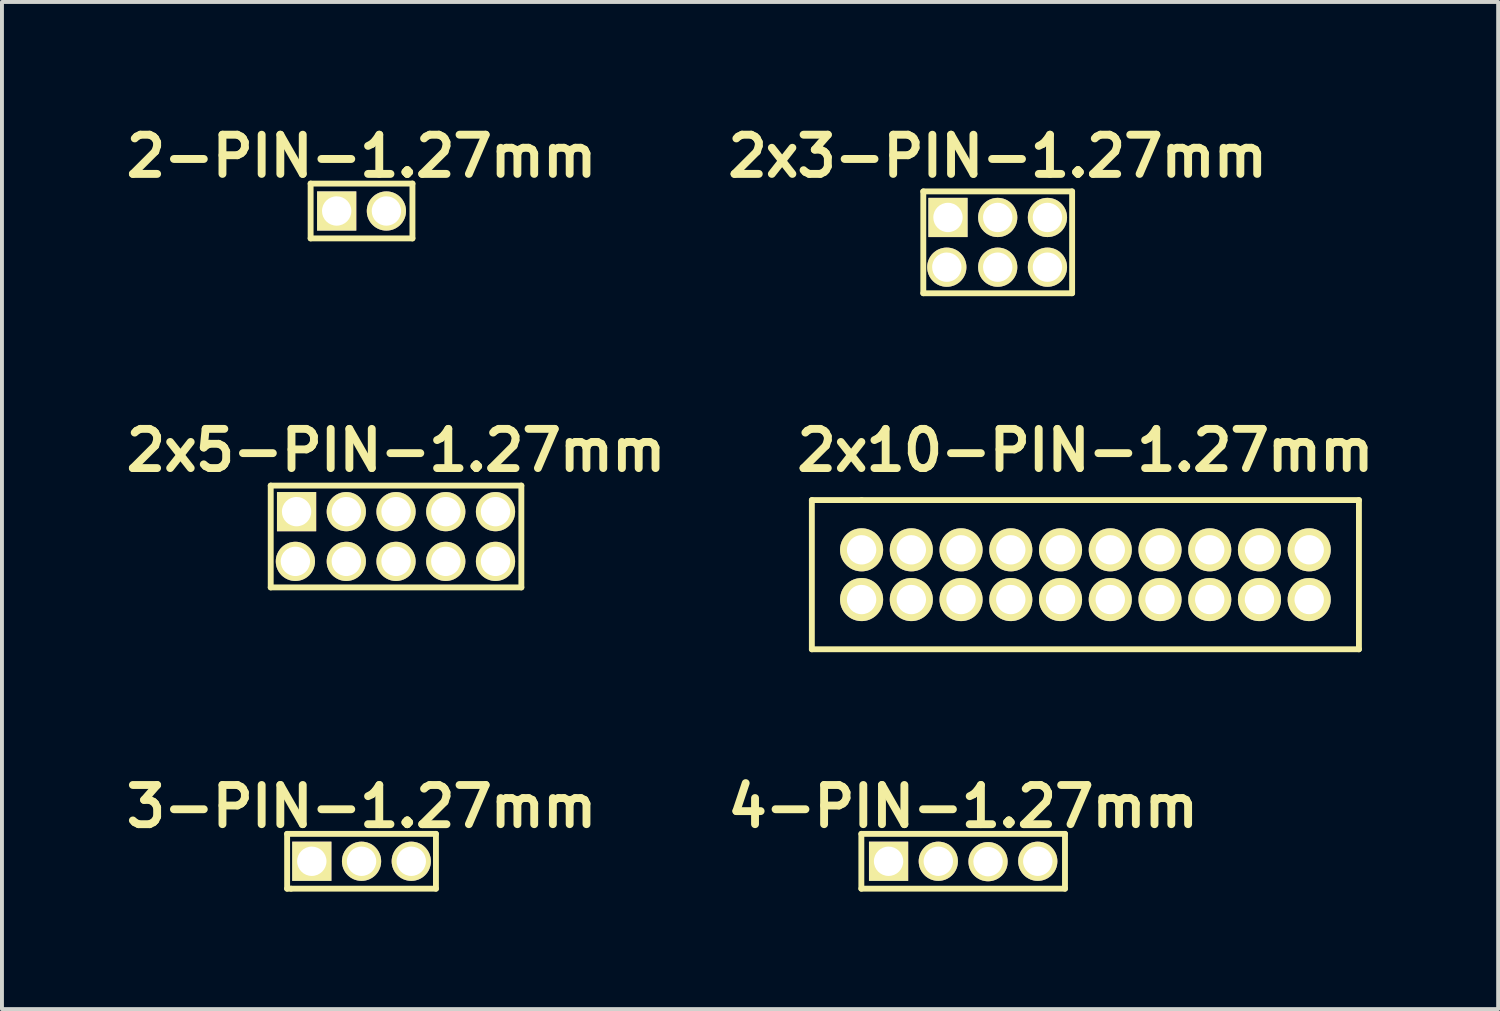
<source format=kicad_pcb>
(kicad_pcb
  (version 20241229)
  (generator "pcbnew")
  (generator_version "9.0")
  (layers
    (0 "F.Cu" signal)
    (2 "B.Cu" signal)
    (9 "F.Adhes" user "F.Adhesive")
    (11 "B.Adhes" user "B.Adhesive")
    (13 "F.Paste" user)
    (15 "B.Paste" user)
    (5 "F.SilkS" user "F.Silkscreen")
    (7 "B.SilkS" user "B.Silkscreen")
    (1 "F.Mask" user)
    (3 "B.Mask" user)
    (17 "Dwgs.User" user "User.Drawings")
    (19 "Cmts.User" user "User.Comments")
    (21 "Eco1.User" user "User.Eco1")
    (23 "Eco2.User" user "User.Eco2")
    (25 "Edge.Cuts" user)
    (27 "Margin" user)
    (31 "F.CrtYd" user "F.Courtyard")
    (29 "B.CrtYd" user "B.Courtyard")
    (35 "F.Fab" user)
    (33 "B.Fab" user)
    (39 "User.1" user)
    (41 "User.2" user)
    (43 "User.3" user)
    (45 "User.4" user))
  (footprint "4-PIN-1.27mm"
    (layer "F.Cu")
    (at 21.545 18.943)
    (property "Reference" "4-PIN-1.27mm" (at 0 -1.4 0) (layer "F.SilkS") (effects (font (size 1.001 1.001) (thickness 0.201))))
    (attr through_hole)
    (fp_line (start -2.6 -0.7) (end 2.6 -0.7) (stroke (width 0.15) (type solid)) (layer "F.SilkS"))
    (fp_line (start -2.6 0.7) (end -2.6 -0.7) (stroke (width 0.15) (type solid)) (layer "F.SilkS"))
    (fp_line (start 2.6 -0.7) (end 2.6 0.7) (stroke (width 0.15) (type solid)) (layer "F.SilkS"))
    (fp_line (start 2.6 0.7) (end -2.6 0.7) (stroke (width 0.15) (type solid)) (layer "F.SilkS"))
    (pad "1" thru_hole rect (at -1.905 0) (size 1.001 1.001) (drill 0.749) (layers "*.Cu" "*.Mask" "F.SilkS"))
    (pad "2" thru_hole circle (at -0.635 0) (size 1.001 1.001) (drill 0.749) (layers "*.Cu" "*.Mask" "F.SilkS"))
    (pad "3" thru_hole circle (at 0.635 0.01) (size 1.001 1.001) (drill 0.749) (layers "*.Cu" "*.Mask" "F.SilkS"))
    (pad "4" thru_hole circle (at 1.905 0) (size 1.001 1.001) (drill 0.749) (layers "*.Cu" "*.Mask" "F.SilkS")))
  (footprint "3-PIN-1.27mm"
    (layer "F.Cu")
    (at 6.182 18.943)
    (property "Reference" "3-PIN-1.27mm" (at 0 -1.4 0) (layer "F.SilkS") (effects (font (size 1.001 1.001) (thickness 0.201))))
    (attr through_hole)
    (fp_line (start -1.9 -0.7) (end -1.9 0.7) (stroke (width 0.15) (type solid)) (layer "F.SilkS"))
    (fp_line (start -1.9 -0.7) (end 1.9 -0.7) (stroke (width 0.15) (type solid)) (layer "F.SilkS"))
    (fp_line (start -1.8 0.7) (end -1.9 0.7) (stroke (width 0.15) (type solid)) (layer "F.SilkS"))
    (fp_line (start 1.9 -0.7) (end 1.9 0.7) (stroke (width 0.15) (type solid)) (layer "F.SilkS"))
    (fp_line (start 1.9 0.7) (end -1.8 0.7) (stroke (width 0.15) (type solid)) (layer "F.SilkS"))
    (pad "1" thru_hole rect (at -1.27 0) (size 1.001 1.001) (drill 0.749) (layers "*.Cu" "*.Mask" "F.SilkS"))
    (pad "2" thru_hole circle (at 0 0) (size 1.001 1.001) (drill 0.749) (layers "*.Cu" "*.Mask" "F.SilkS"))
    (pad "3" thru_hole circle (at 1.27 0) (size 1.001 1.001) (drill 0.749) (layers "*.Cu" "*.Mask" "F.SilkS")))
  (footprint "2-PIN-1.27mm"
    (layer "F.Cu")
    (at 6.182 2.338)
    (property "Reference" "2-PIN-1.27mm" (at 0 -1.4 0) (layer "F.SilkS") (effects (font (size 1.001 1.001) (thickness 0.201))))
    (attr through_hole)
    (fp_line (start -1.3 -0.7) (end -1.3 0.7) (stroke (width 0.15) (type solid)) (layer "F.SilkS"))
    (fp_line (start -1.3 -0.7) (end 1.3 -0.7) (stroke (width 0.15) (type solid)) (layer "F.SilkS"))
    (fp_line (start 1.3 -0.7) (end 1.3 0.7) (stroke (width 0.15) (type solid)) (layer "F.SilkS"))
    (fp_line (start 1.3 0.7) (end -1.3 0.7) (stroke (width 0.15) (type solid)) (layer "F.SilkS"))
    (pad "1" thru_hole rect (at -0.635 0) (size 1.001 1.001) (drill 0.749) (layers "*.Cu" "*.Mask" "F.SilkS"))
    (pad "2" thru_hole circle (at 0.635 0) (size 1.001 1.001) (drill 0.749) (layers "*.Cu" "*.Mask" "F.SilkS")))
  (footprint "2x3-PIN-1.27mm"
    (layer "F.Cu")
    (at 22.427 3.138)
    (property "Reference" "2x3-PIN-1.27mm" (at 0 -2.2 0) (layer "F.SilkS") (effects (font (size 1.001 1.001) (thickness 0.201))))
    (attr through_hole)
    (fp_line (start -1.9 -1.3) (end 1.9 -1.3) (stroke (width 0.15) (type solid)) (layer "F.SilkS"))
    (fp_line (start -1.9 1.3) (end -1.9 -1.3) (stroke (width 0.15) (type solid)) (layer "F.SilkS"))
    (fp_line (start 1.9 -1.3) (end 1.9 1.3) (stroke (width 0.15) (type solid)) (layer "F.SilkS"))
    (fp_line (start 1.9 1.3) (end -1.9 1.3) (stroke (width 0.15) (type solid)) (layer "F.SilkS"))
    (pad "1" thru_hole rect (at -1.27 -0.635) (size 1.001 1.001) (drill 0.749) (layers "*.Cu" "*.Mask" "F.SilkS"))
    (pad "2" thru_hole circle (at -1.3 0.635) (size 1.001 1.001) (drill 0.749) (layers "*.Cu" "*.Mask" "F.SilkS"))
    (pad "3" thru_hole circle (at 0 -0.635) (size 1.001 1.001) (drill 0.749) (layers "*.Cu" "*.Mask" "F.SilkS"))
    (pad "4" thru_hole circle (at 0 0.635) (size 1.001 1.001) (drill 0.749) (layers "*.Cu" "*.Mask" "F.SilkS"))
    (pad "5" thru_hole circle (at 1.27 -0.635) (size 1.001 1.001) (drill 0.749) (layers "*.Cu" "*.Mask" "F.SilkS"))
    (pad "6" thru_hole circle (at 1.27 0.635) (size 1.001 1.001) (drill 0.749) (layers "*.Cu" "*.Mask" "F.SilkS")))
  (footprint "2x5-PIN-1.27mm"
    (layer "F.Cu")
    (at 7.063 10.65)
    (property "Reference" "2x5-PIN-1.27mm" (at 0 -2.2 0) (layer "F.SilkS") (effects (font (size 1.001 1.001) (thickness 0.201))))
    (attr through_hole)
    (fp_line (start -3.2 -1.3) (end 3.2 -1.3) (stroke (width 0.15) (type solid)) (layer "F.SilkS"))
    (fp_line (start -3.2 1.3) (end -3.2 -1.3) (stroke (width 0.15) (type solid)) (layer "F.SilkS"))
    (fp_line (start -3.2 1.3) (end 3.2 1.3) (stroke (width 0.15) (type solid)) (layer "F.SilkS"))
    (fp_line (start 3.2 -1.3) (end 3.2 1.3) (stroke (width 0.15) (type solid)) (layer "F.SilkS"))
    (pad "1" thru_hole rect (at -2.54 -0.635) (size 1.001 1.001) (drill 0.749) (layers "*.Cu" "*.Mask" "F.SilkS"))
    (pad "2" thru_hole circle (at -2.57 0.635) (size 1.001 1.001) (drill 0.749) (layers "*.Cu" "*.Mask" "F.SilkS"))
    (pad "3" thru_hole circle (at -1.27 -0.635) (size 1.001 1.001) (drill 0.749) (layers "*.Cu" "*.Mask" "F.SilkS"))
    (pad "4" thru_hole circle (at -1.27 0.635) (size 1.001 1.001) (drill 0.749) (layers "*.Cu" "*.Mask" "F.SilkS"))
    (pad "5" thru_hole circle (at 0 -0.635) (size 1.001 1.001) (drill 0.749) (layers "*.Cu" "*.Mask" "F.SilkS"))
    (pad "6" thru_hole circle (at 0 0.635) (size 1.001 1.001) (drill 0.749) (layers "*.Cu" "*.Mask" "F.SilkS"))
    (pad "7" thru_hole circle (at 1.27 -0.635) (size 1.001 1.001) (drill 0.749) (layers "*.Cu" "*.Mask" "F.SilkS"))
    (pad "8" thru_hole circle (at 1.27 0.635) (size 1.001 1.001) (drill 0.749) (layers "*.Cu" "*.Mask" "F.SilkS"))
    (pad "9" thru_hole circle (at 2.54 -0.635) (size 1.001 1.001) (drill 0.749) (layers "*.Cu" "*.Mask" "F.SilkS"))
    (pad "10" thru_hole circle (at 2.54 0.635) (size 1.001 1.001) (drill 0.749) (layers "*.Cu" "*.Mask" "F.SilkS")))
  (footprint "2x10-PIN-1.27mm"
    (layer "F.Cu")
    (at 24.666 11.625)
    (property "Reference" "2x10-PIN-1.27mm" (at 0 -3.175 0) (layer "F.SilkS") (effects (font (size 1.001 1.001) (thickness 0.201))))
    (attr through_hole)
    (fp_line (start -6.985 -1.905) (end -5.715 -1.905) (stroke (width 0.15) (type solid)) (layer "F.SilkS"))
    (fp_line (start -6.985 1.905) (end -6.985 -1.905) (stroke (width 0.15) (type solid)) (layer "F.SilkS"))
    (fp_line (start -5.715 -1.905) (end 6.985 -1.905) (stroke (width 0.15) (type solid)) (layer "F.SilkS"))
    (fp_line (start 6.985 -1.905) (end 6.985 1.905) (stroke (width 0.15) (type solid)) (layer "F.SilkS"))
    (fp_line (start 6.985 1.905) (end -6.985 1.905) (stroke (width 0.15) (type solid)) (layer "F.SilkS"))
    (pad "1" thru_hole circle (at -5.715 -0.635) (size 1.1 1.1) (drill 0.749) (layers "*.Cu" "*.Mask" "F.SilkS"))
    (pad "2" thru_hole circle (at -5.715 0.635) (size 1.1 1.1) (drill 0.749) (layers "*.Cu" "*.Mask" "F.SilkS"))
    (pad "3" thru_hole circle (at -4.445 -0.635) (size 1.1 1.1) (drill 0.749) (layers "*.Cu" "*.Mask" "F.SilkS"))
    (pad "4" thru_hole circle (at -4.445 0.635) (size 1.1 1.1) (drill 0.749) (layers "*.Cu" "*.Mask" "F.SilkS"))
    (pad "5" thru_hole circle (at -3.175 -0.635) (size 1.1 1.1) (drill 0.749) (layers "*.Cu" "*.Mask" "F.SilkS"))
    (pad "6" thru_hole circle (at -3.175 0.635) (size 1.1 1.1) (drill 0.749) (layers "*.Cu" "*.Mask" "F.SilkS"))
    (pad "7" thru_hole circle (at -1.905 -0.635) (size 1.1 1.1) (drill 0.749) (layers "*.Cu" "*.Mask" "F.SilkS"))
    (pad "8" thru_hole circle (at -1.905 0.635) (size 1.1 1.1) (drill 0.749) (layers "*.Cu" "*.Mask" "F.SilkS"))
    (pad "9" thru_hole circle (at -0.635 -0.635) (size 1.1 1.1) (drill 0.749) (layers "*.Cu" "*.Mask" "F.SilkS"))
    (pad "10" thru_hole circle (at -0.635 0.635) (size 1.1 1.1) (drill 0.749) (layers "*.Cu" "*.Mask" "F.SilkS"))
    (pad "11" thru_hole circle (at 0.635 -0.635) (size 1.1 1.1) (drill 0.749) (layers "*.Cu" "*.Mask" "F.SilkS"))
    (pad "12" thru_hole circle (at 0.635 0.635) (size 1.1 1.1) (drill 0.749) (layers "*.Cu" "*.Mask" "F.SilkS"))
    (pad "13" thru_hole circle (at 1.905 -0.635) (size 1.1 1.1) (drill 0.749) (layers "*.Cu" "*.Mask" "F.SilkS"))
    (pad "14" thru_hole circle (at 1.905 0.635) (size 1.1 1.1) (drill 0.749) (layers "*.Cu" "*.Mask" "F.SilkS"))
    (pad "15" thru_hole circle (at 3.175 -0.635) (size 1.1 1.1) (drill 0.749) (layers "*.Cu" "*.Mask" "F.SilkS"))
    (pad "16" thru_hole circle (at 3.175 0.635) (size 1.1 1.1) (drill 0.749) (layers "*.Cu" "*.Mask" "F.SilkS"))
    (pad "17" thru_hole circle (at 4.445 -0.635) (size 1.1 1.1) (drill 0.749) (layers "*.Cu" "*.Mask" "F.SilkS"))
    (pad "18" thru_hole circle (at 4.445 0.635) (size 1.1 1.1) (drill 0.749) (layers "*.Cu" "*.Mask" "F.SilkS"))
    (pad "19" thru_hole circle (at 5.715 -0.635) (size 1.1 1.1) (drill 0.749) (layers "*.Cu" "*.Mask" "F.SilkS"))
    (pad "20" thru_hole circle (at 5.715 0.635) (size 1.1 1.1) (drill 0.749) (layers "*.Cu" "*.Mask" "F.SilkS")))
  (gr_rect
    (start -3 -3)
    (end 35.206 22.718)
    (stroke (width 0.1) (type default))
    (fill no)
    (layer "Edge.Cuts")))
</source>
